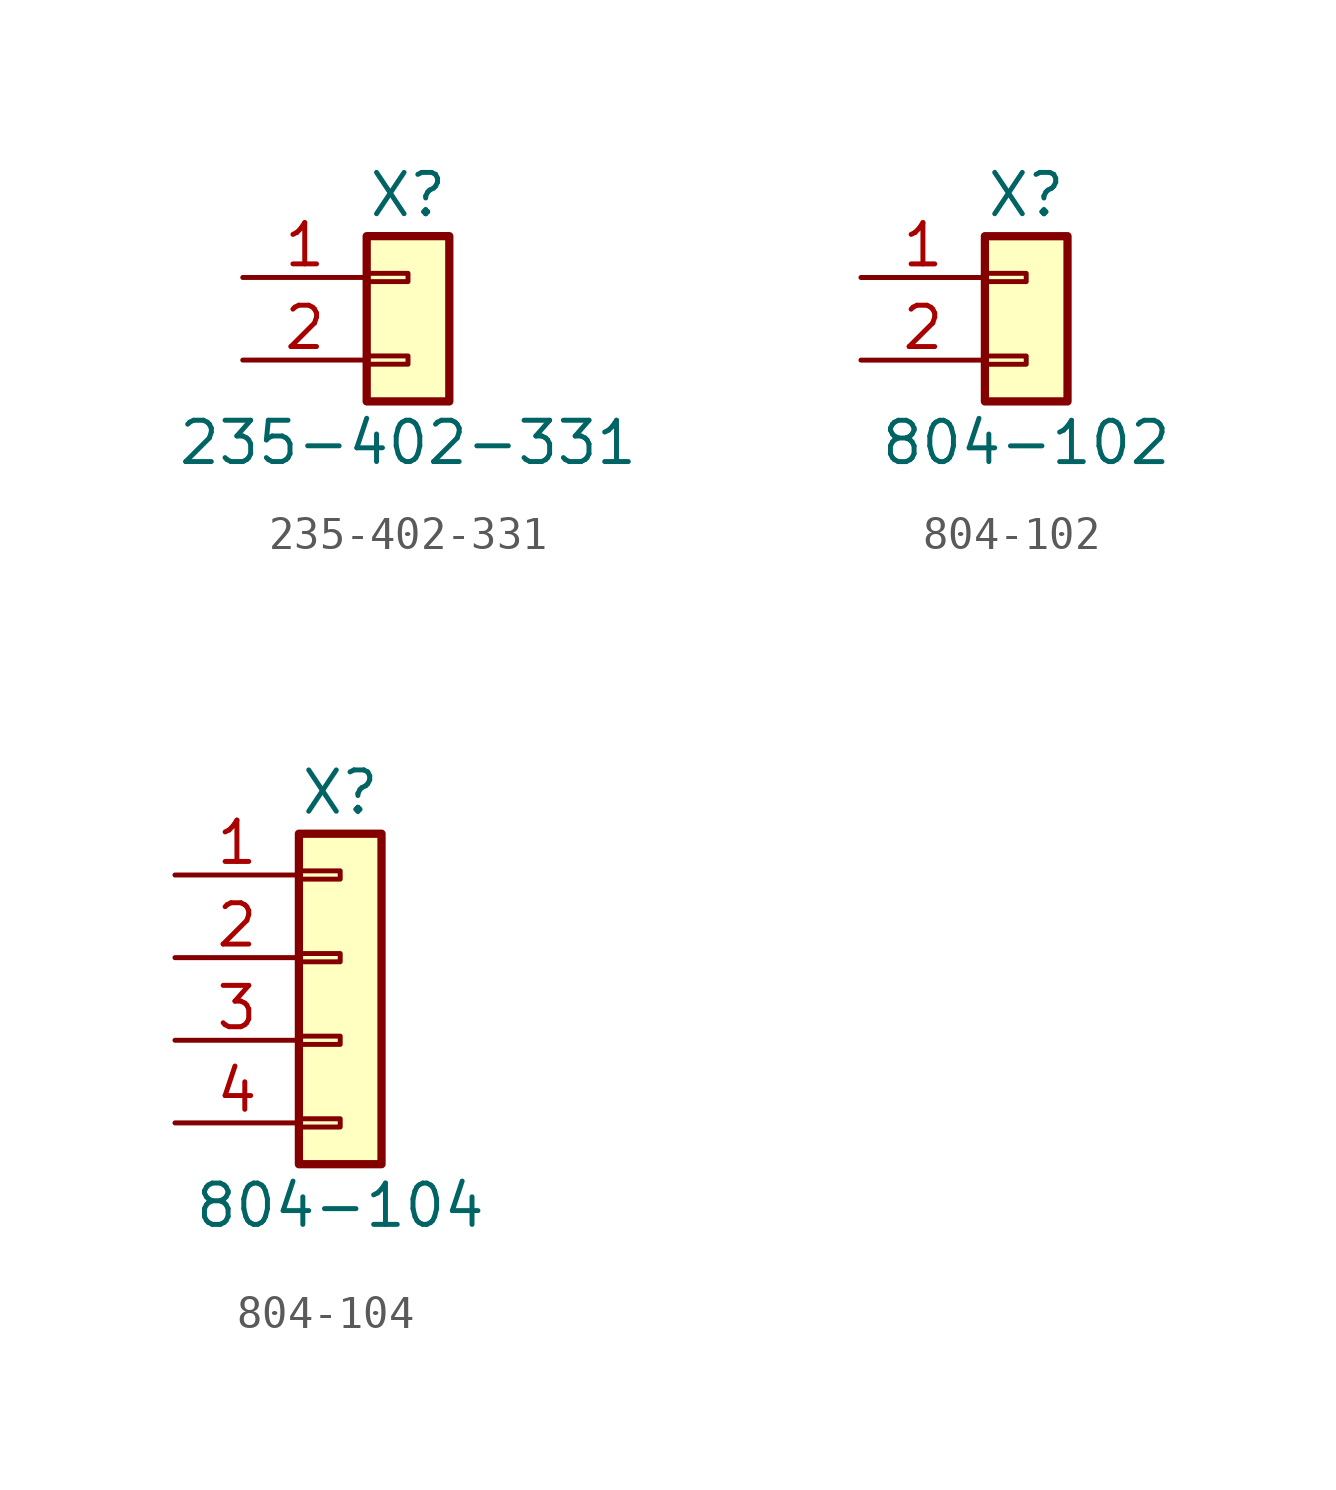
<source format=kicad_sym>
(kicad_symbol_lib
  (version 20220914)
  (generator kicad_db_lib)
  (symbol "235-402-331"
    (pin_names
      (offset 1.016) hide)
    (property "Reference" "X"
      (at 0 2.54 0)
      (effects (font (size 1.27 1.27))))
    (property "Value" "235-402-331"
      (at 0 -5.08 0)
      (effects (font (size 1.27 1.27))))
    (symbol "235-402-331_1_1"
      (rectangle (start -1.27 -2.413) (end 0 -2.667) (stroke (width 0.152) (type default)) (fill (type none)))
      (rectangle (start -1.27 0.127) (end 0 -0.127) (stroke (width 0.152) (type default)) (fill (type none)))
      (rectangle (start -1.27 1.27) (end 1.27 -3.81) (stroke (width 0.254) (type default)) (fill (type background)))
      (pin passive line (at -5.08 0 0) (length 3.81) (name "Pin_1" (effects (font (size 1.27 1.27)))) (number "1" (effects (font (size 1.27 1.27)))))
      (pin passive line (at -5.08 -2.54 0) (length 3.81) (name "Pin_2" (effects (font (size 1.27 1.27)))) (number "2" (effects (font (size 1.27 1.27)))))))
  (symbol "804-102"
    (pin_names
      (offset 1.016) hide)
    (property "Reference" "X"
      (at 0 2.54 0)
      (effects (font (size 1.27 1.27))))
    (property "Value" "804-102"
      (at 0 -5.08 0)
      (effects (font (size 1.27 1.27))))
    (symbol "804-102_1_1"
      (rectangle (start -1.27 -2.413) (end 0 -2.667) (stroke (width 0.152) (type default)) (fill (type none)))
      (rectangle (start -1.27 0.127) (end 0 -0.127) (stroke (width 0.152) (type default)) (fill (type none)))
      (rectangle (start -1.27 1.27) (end 1.27 -3.81) (stroke (width 0.254) (type default)) (fill (type background)))
      (pin passive line (at -5.08 0 0) (length 3.81) (name "Pin_1" (effects (font (size 1.27 1.27)))) (number "1" (effects (font (size 1.27 1.27)))))
      (pin passive line (at -5.08 -2.54 0) (length 3.81) (name "Pin_2" (effects (font (size 1.27 1.27)))) (number "2" (effects (font (size 1.27 1.27)))))))
  (symbol "804-104"
    (pin_names
      (offset 1.016) hide)
    (property "Reference" "X"
      (at 0 5.08 0)
      (effects (font (size 1.27 1.27))))
    (property "Value" "804-104"
      (at 0 -7.62 0)
      (effects (font (size 1.27 1.27))))
    (symbol "804-104_1_1"
      (rectangle (start -1.27 -4.953) (end 0 -5.207) (stroke (width 0.152) (type default)) (fill (type none)))
      (rectangle (start -1.27 -2.413) (end 0 -2.667) (stroke (width 0.152) (type default)) (fill (type none)))
      (rectangle (start -1.27 0.127) (end 0 -0.127) (stroke (width 0.152) (type default)) (fill (type none)))
      (rectangle (start -1.27 2.667) (end 0 2.413) (stroke (width 0.152) (type default)) (fill (type none)))
      (rectangle (start -1.27 3.81) (end 1.27 -6.35) (stroke (width 0.254) (type default)) (fill (type background)))
      (pin passive line (at -5.08 2.54 0) (length 3.81) (name "Pin_1" (effects (font (size 1.27 1.27)))) (number "1" (effects (font (size 1.27 1.27)))))
      (pin passive line (at -5.08 0 0) (length 3.81) (name "Pin_2" (effects (font (size 1.27 1.27)))) (number "2" (effects (font (size 1.27 1.27)))))
      (pin passive line (at -5.08 -2.54 0) (length 3.81) (name "Pin_3" (effects (font (size 1.27 1.27)))) (number "3" (effects (font (size 1.27 1.27)))))
      (pin passive line (at -5.08 -5.08 0) (length 3.81) (name "Pin_4" (effects (font (size 1.27 1.27)))) (number "4" (effects (font (size 1.27 1.27))))))))
</source>
